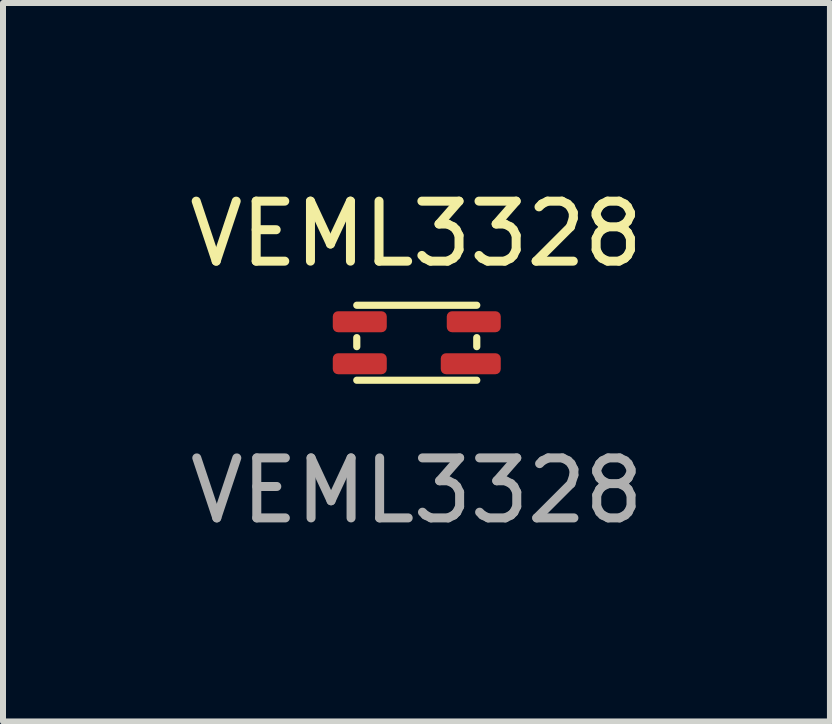
<source format=kicad_pcb>
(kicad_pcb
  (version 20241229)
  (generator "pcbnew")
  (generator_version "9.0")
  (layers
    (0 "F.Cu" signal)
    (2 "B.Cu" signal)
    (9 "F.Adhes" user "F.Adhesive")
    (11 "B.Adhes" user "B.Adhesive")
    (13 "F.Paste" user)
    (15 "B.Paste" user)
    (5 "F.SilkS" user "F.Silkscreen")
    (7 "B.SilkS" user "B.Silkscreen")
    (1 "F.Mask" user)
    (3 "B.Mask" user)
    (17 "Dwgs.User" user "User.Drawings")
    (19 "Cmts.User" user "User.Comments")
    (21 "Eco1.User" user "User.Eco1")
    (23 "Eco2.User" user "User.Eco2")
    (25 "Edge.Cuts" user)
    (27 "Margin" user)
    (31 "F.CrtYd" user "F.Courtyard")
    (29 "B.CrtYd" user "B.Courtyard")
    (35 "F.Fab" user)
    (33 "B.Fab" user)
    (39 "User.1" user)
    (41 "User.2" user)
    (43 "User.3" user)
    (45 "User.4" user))
  (footprint "VEML3328"
    (layer "F.Cu")
    (at 3.897 2.628)
    (property "Reference" "VEML3328" (at -0.01 -1.78 0) (unlocked yes) (layer "F.SilkS") (effects (font (size 1 1) (thickness 0.15))))
    (attr smd)
    (fp_line (start -1 -0.59) (end 1 -0.59) (stroke (width 0.12) (type solid)) (layer "F.SilkS"))
    (fp_line (start -1 -0.05) (end -1 0.1) (stroke (width 0.12) (type solid)) (layer "F.SilkS"))
    (fp_line (start -1 0.66) (end 1 0.66) (stroke (width 0.12) (type solid)) (layer "F.SilkS"))
    (fp_line (start 1 -0.05) (end 1 0.1) (stroke (width 0.12) (type solid)) (layer "F.SilkS"))
    (fp_text user "${REFERENCE}" (at 0 2.5 0) (unlocked yes) (layer "F.Fab") (effects (font (size 1 1) (thickness 0.15))))
    (pad "1" smd roundrect (at -0.95 -0.315) (size 0.9 0.35) (layers "F.Cu" "F.Mask" "F.Paste") (roundrect_rratio 0.25))
    (pad "2" smd roundrect (at -0.95 0.385) (size 0.9 0.35) (layers "F.Cu" "F.Mask" "F.Paste") (roundrect_rratio 0.25))
    (pad "3" smd roundrect (at 0.9 0.385) (size 1 0.35) (layers "F.Cu" "F.Mask" "F.Paste") (roundrect_rratio 0.25))
    (pad "4" smd roundrect (at 0.95 -0.315) (size 0.9 0.35) (layers "F.Cu" "F.Mask" "F.Paste") (roundrect_rratio 0.25)))
  (gr_rect
    (start -3 -3)
    (end 10.784 8.976)
    (stroke (width 0.1) (type default))
    (fill no)
    (layer "Edge.Cuts")))
</source>
